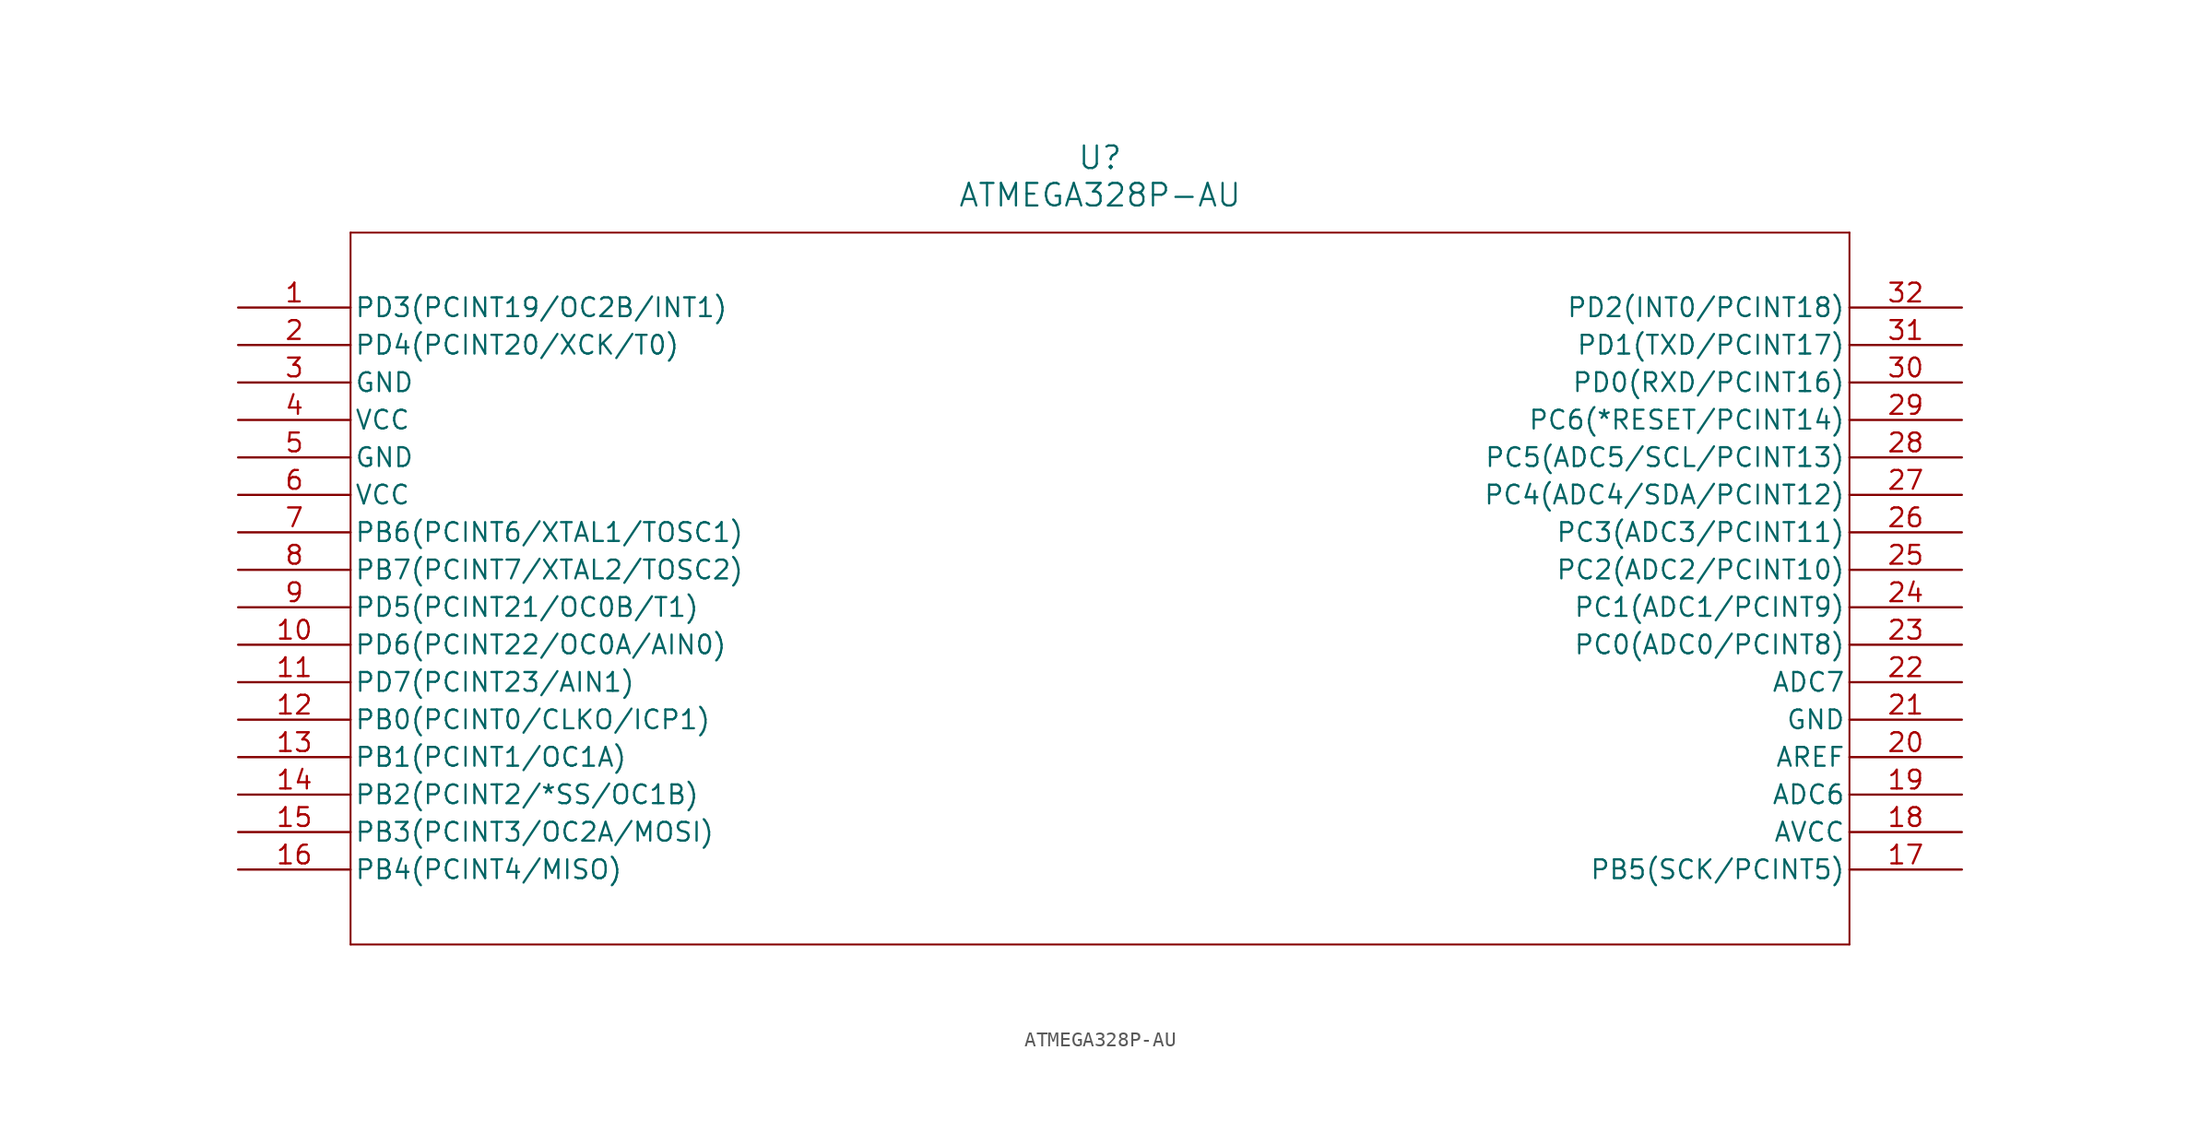
<source format=kicad_sym>
(kicad_symbol_lib
  (version 20211014)
  (generator kicad_symbol_editor)
  (symbol "ATMEGA328P-AU"
    (pin_names
      (offset 0.254))
    (property "Reference" "U"
      (at 58.42 10.16 0)
      (effects (font (size 1.524 1.524))))
    (property "Value" "ATMEGA328P-AU"
      (at 58.42 7.62 0)
      (effects (font (size 1.524 1.524))))
    (symbol "ATMEGA328P-AU_0_1"
      (polyline (pts (xy 7.62 5.08) (xy 7.62 -43.18)) (stroke (width 0.127) (type default) (color 0 0 0 0)) (fill (type none)))
      (polyline (pts (xy 7.62 -43.18) (xy 109.22 -43.18)) (stroke (width 0.127) (type default) (color 0 0 0 0)) (fill (type none)))
      (polyline (pts (xy 109.22 -43.18) (xy 109.22 5.08)) (stroke (width 0.127) (type default) (color 0 0 0 0)) (fill (type none)))
      (polyline (pts (xy 109.22 5.08) (xy 7.62 5.08)) (stroke (width 0.127) (type default) (color 0 0 0 0)) (fill (type none)))
      (pin bidirectional line (at 0 0 0) (length 7.62) (name "PD3(PCINT19/OC2B/INT1)" (effects (font (size 1.27 1.27)))) (number "1" (effects (font (size 1.27 1.27)))))
      (pin bidirectional line (at 0 -2.54 0) (length 7.62) (name "PD4(PCINT20/XCK/T0)" (effects (font (size 1.27 1.27)))) (number "2" (effects (font (size 1.27 1.27)))))
      (pin power_out line (at 0 -5.08 0) (length 7.62) (name "GND" (effects (font (size 1.27 1.27)))) (number "3" (effects (font (size 1.27 1.27)))))
      (pin power_in line (at 0 -7.62 0) (length 7.62) (name "VCC" (effects (font (size 1.27 1.27)))) (number "4" (effects (font (size 1.27 1.27)))))
      (pin power_out line (at 0 -10.16 0) (length 7.62) (name "GND" (effects (font (size 1.27 1.27)))) (number "5" (effects (font (size 1.27 1.27)))))
      (pin power_in line (at 0 -12.7 0) (length 7.62) (name "VCC" (effects (font (size 1.27 1.27)))) (number "6" (effects (font (size 1.27 1.27)))))
      (pin bidirectional line (at 0 -15.24 0) (length 7.62) (name "PB6(PCINT6/XTAL1/TOSC1)" (effects (font (size 1.27 1.27)))) (number "7" (effects (font (size 1.27 1.27)))))
      (pin bidirectional line (at 0 -17.78 0) (length 7.62) (name "PB7(PCINT7/XTAL2/TOSC2)" (effects (font (size 1.27 1.27)))) (number "8" (effects (font (size 1.27 1.27)))))
      (pin bidirectional line (at 0 -20.32 0) (length 7.62) (name "PD5(PCINT21/OC0B/T1)" (effects (font (size 1.27 1.27)))) (number "9" (effects (font (size 1.27 1.27)))))
      (pin bidirectional line (at 0 -22.86 0) (length 7.62) (name "PD6(PCINT22/OC0A/AIN0)" (effects (font (size 1.27 1.27)))) (number "10" (effects (font (size 1.27 1.27)))))
      (pin input line (at 0 -25.4 0) (length 7.62) (name "PD7(PCINT23/AIN1)" (effects (font (size 1.27 1.27)))) (number "11" (effects (font (size 1.27 1.27)))))
      (pin bidirectional line (at 0 -27.94 0) (length 7.62) (name "PB0(PCINT0/CLKO/ICP1)" (effects (font (size 1.27 1.27)))) (number "12" (effects (font (size 1.27 1.27)))))
      (pin bidirectional line (at 0 -30.48 0) (length 7.62) (name "PB1(PCINT1/OC1A)" (effects (font (size 1.27 1.27)))) (number "13" (effects (font (size 1.27 1.27)))))
      (pin bidirectional line (at 0 -33.02 0) (length 7.62) (name "PB2(PCINT2/*SS/OC1B)" (effects (font (size 1.27 1.27)))) (number "14" (effects (font (size 1.27 1.27)))))
      (pin bidirectional line (at 0 -35.56 0) (length 7.62) (name "PB3(PCINT3/OC2A/MOSI)" (effects (font (size 1.27 1.27)))) (number "15" (effects (font (size 1.27 1.27)))))
      (pin bidirectional line (at 0 -38.1 0) (length 7.62) (name "PB4(PCINT4/MISO)" (effects (font (size 1.27 1.27)))) (number "16" (effects (font (size 1.27 1.27)))))
      (pin bidirectional line (at 116.84 -38.1 180) (length 7.62) (name "PB5(SCK/PCINT5)" (effects (font (size 1.27 1.27)))) (number "17" (effects (font (size 1.27 1.27)))))
      (pin power_in line (at 116.84 -35.56 180) (length 7.62) (name "AVCC" (effects (font (size 1.27 1.27)))) (number "18" (effects (font (size 1.27 1.27)))))
      (pin unspecified line (at 116.84 -33.02 180) (length 7.62) (name "ADC6" (effects (font (size 1.27 1.27)))) (number "19" (effects (font (size 1.27 1.27)))))
      (pin power_in line (at 116.84 -30.48 180) (length 7.62) (name "AREF" (effects (font (size 1.27 1.27)))) (number "20" (effects (font (size 1.27 1.27)))))
      (pin power_out line (at 116.84 -27.94 180) (length 7.62) (name "GND" (effects (font (size 1.27 1.27)))) (number "21" (effects (font (size 1.27 1.27)))))
      (pin unspecified line (at 116.84 -25.4 180) (length 7.62) (name "ADC7" (effects (font (size 1.27 1.27)))) (number "22" (effects (font (size 1.27 1.27)))))
      (pin bidirectional line (at 116.84 -22.86 180) (length 7.62) (name "PC0(ADC0/PCINT8)" (effects (font (size 1.27 1.27)))) (number "23" (effects (font (size 1.27 1.27)))))
      (pin bidirectional line (at 116.84 -20.32 180) (length 7.62) (name "PC1(ADC1/PCINT9)" (effects (font (size 1.27 1.27)))) (number "24" (effects (font (size 1.27 1.27)))))
      (pin bidirectional line (at 116.84 -17.78 180) (length 7.62) (name "PC2(ADC2/PCINT10)" (effects (font (size 1.27 1.27)))) (number "25" (effects (font (size 1.27 1.27)))))
      (pin bidirectional line (at 116.84 -15.24 180) (length 7.62) (name "PC3(ADC3/PCINT11)" (effects (font (size 1.27 1.27)))) (number "26" (effects (font (size 1.27 1.27)))))
      (pin bidirectional line (at 116.84 -12.7 180) (length 7.62) (name "PC4(ADC4/SDA/PCINT12)" (effects (font (size 1.27 1.27)))) (number "27" (effects (font (size 1.27 1.27)))))
      (pin bidirectional line (at 116.84 -10.16 180) (length 7.62) (name "PC5(ADC5/SCL/PCINT13)" (effects (font (size 1.27 1.27)))) (number "28" (effects (font (size 1.27 1.27)))))
      (pin bidirectional line (at 116.84 -7.62 180) (length 7.62) (name "PC6(*RESET/PCINT14)" (effects (font (size 1.27 1.27)))) (number "29" (effects (font (size 1.27 1.27)))))
      (pin bidirectional line (at 116.84 -5.08 180) (length 7.62) (name "PD0(RXD/PCINT16)" (effects (font (size 1.27 1.27)))) (number "30" (effects (font (size 1.27 1.27)))))
      (pin bidirectional line (at 116.84 -2.54 180) (length 7.62) (name "PD1(TXD/PCINT17)" (effects (font (size 1.27 1.27)))) (number "31" (effects (font (size 1.27 1.27)))))
      (pin bidirectional line (at 116.84 0 180) (length 7.62) (name "PD2(INT0/PCINT18)" (effects (font (size 1.27 1.27)))) (number "32" (effects (font (size 1.27 1.27))))))))
</source>
